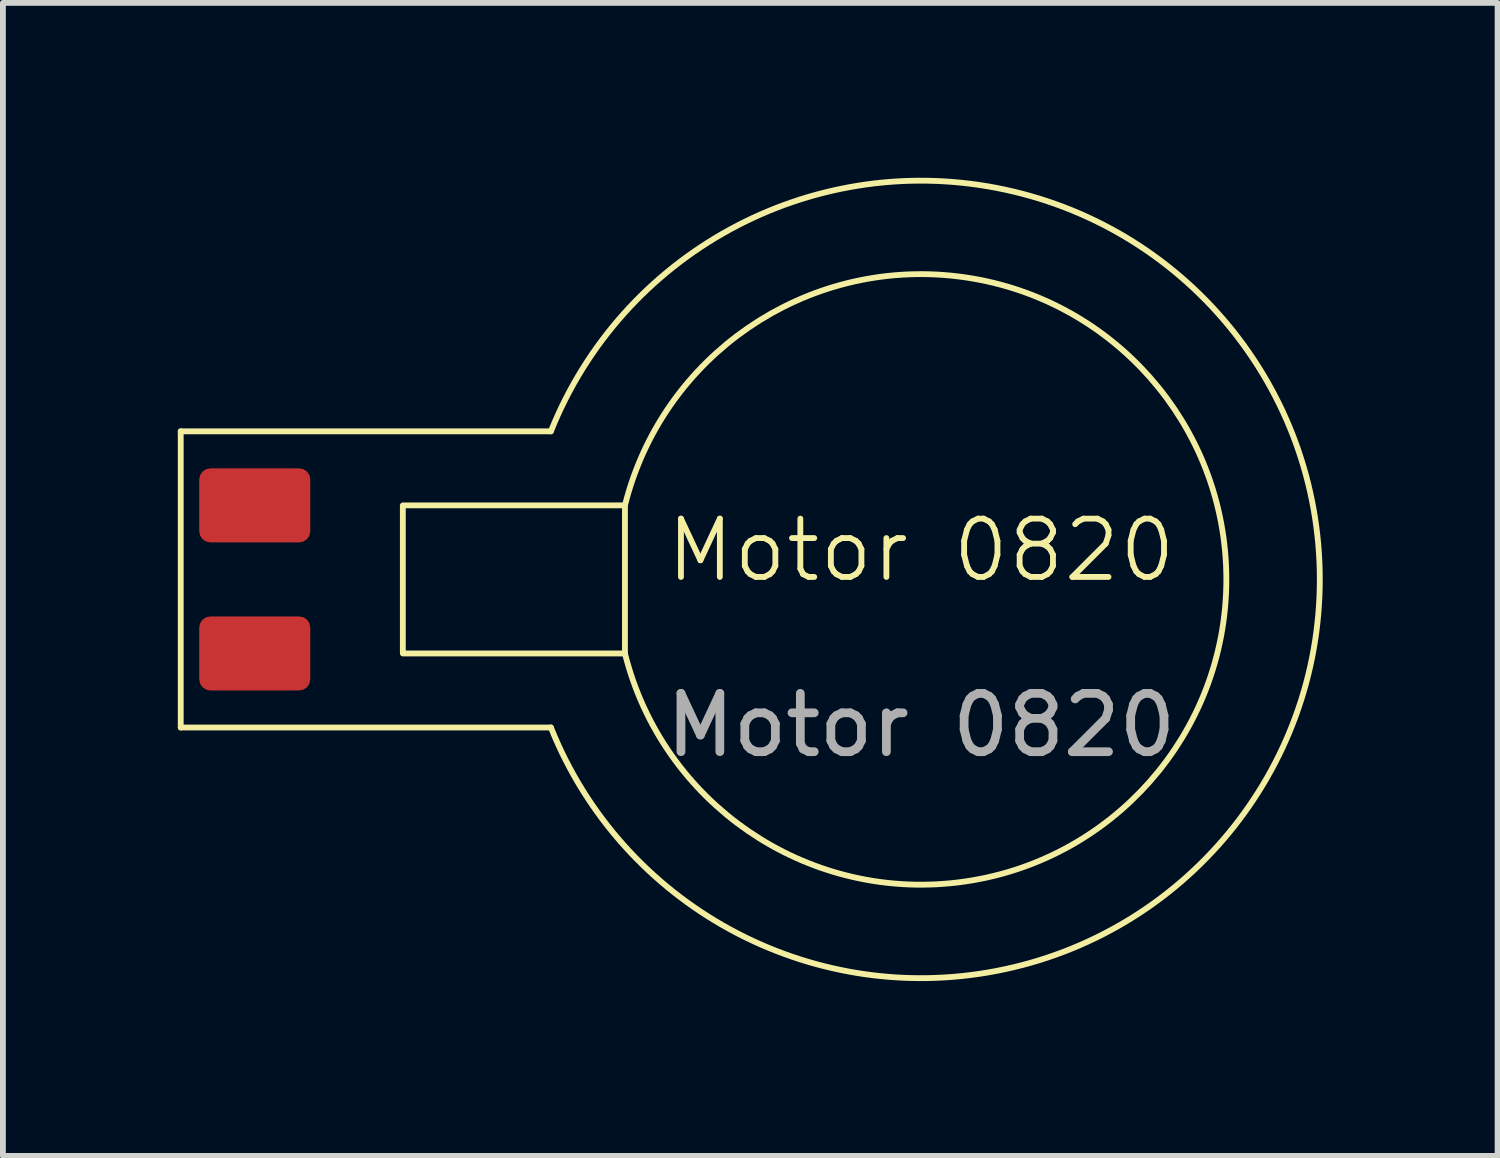
<source format=kicad_pcb>
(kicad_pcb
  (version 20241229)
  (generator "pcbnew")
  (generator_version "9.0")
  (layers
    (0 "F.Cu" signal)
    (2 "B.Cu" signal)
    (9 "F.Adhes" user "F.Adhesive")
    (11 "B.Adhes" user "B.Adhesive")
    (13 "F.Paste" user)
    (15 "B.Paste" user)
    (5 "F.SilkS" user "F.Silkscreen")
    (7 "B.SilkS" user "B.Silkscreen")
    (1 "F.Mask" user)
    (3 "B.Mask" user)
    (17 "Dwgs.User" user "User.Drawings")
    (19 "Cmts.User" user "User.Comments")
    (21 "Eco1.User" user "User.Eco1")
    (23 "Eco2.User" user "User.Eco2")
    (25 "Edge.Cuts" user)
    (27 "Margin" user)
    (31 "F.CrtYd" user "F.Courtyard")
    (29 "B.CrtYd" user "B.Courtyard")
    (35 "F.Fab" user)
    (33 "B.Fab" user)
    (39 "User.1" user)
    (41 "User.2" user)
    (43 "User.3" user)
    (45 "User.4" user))
  (footprint "Motor 0820"
    (layer "F.Cu")
    (at 12.75 6.889)
    (property "Reference" "Motor 0820" (at 0 -0.5 0) (unlocked yes) (layer "F.SilkS") (effects (font (size 1 1) (thickness 0.1))))
    (attr smd)
    (fp_line (start -12.7 -2.54) (end -12.7 2.54) (stroke (width 0.1) (type default)) (layer "F.SilkS"))
    (fp_line (start -12.7 -2.54) (end -6.35 -2.54) (stroke (width 0.1) (type default)) (layer "F.SilkS"))
    (fp_line (start -12.7 2.54) (end -6.35 2.54) (stroke (width 0.1) (type default)) (layer "F.SilkS"))
    (fp_rect (start -8.89 -1.27) (end -5.08 1.27) (stroke (width 0.1) (type default)) (fill no) (layer "F.SilkS"))
    (fp_arc (start -6.35 -2.54) (mid 6.839159 0) (end -6.35 2.54) (stroke (width 0.1) (type default)) (layer "F.SilkS"))
    (fp_arc (start -5.08 -1.27) (mid 5.236344 0) (end -5.08 1.27) (stroke (width 0.1) (type default)) (layer "F.SilkS"))
    (fp_text user "${REFERENCE}" (at 0 2.5 0) (unlocked yes) (layer "F.Fab") (effects (font (size 1 1) (thickness 0.15))))
    (pad "1" smd roundrect (at -11.43 -1.27) (size 1.905 1.27) (layers "F.Cu" "F.Mask" "F.Paste") (roundrect_rratio 0.15))
    (pad "2" smd roundrect (at -11.43 1.27) (size 1.905 1.27) (layers "F.Cu" "F.Mask" "F.Paste") (roundrect_rratio 0.15)))
  (gr_rect
    (start -3 -3)
    (end 22.639 16.778)
    (stroke (width 0.1) (type default))
    (fill no)
    (layer "Edge.Cuts")))
</source>
